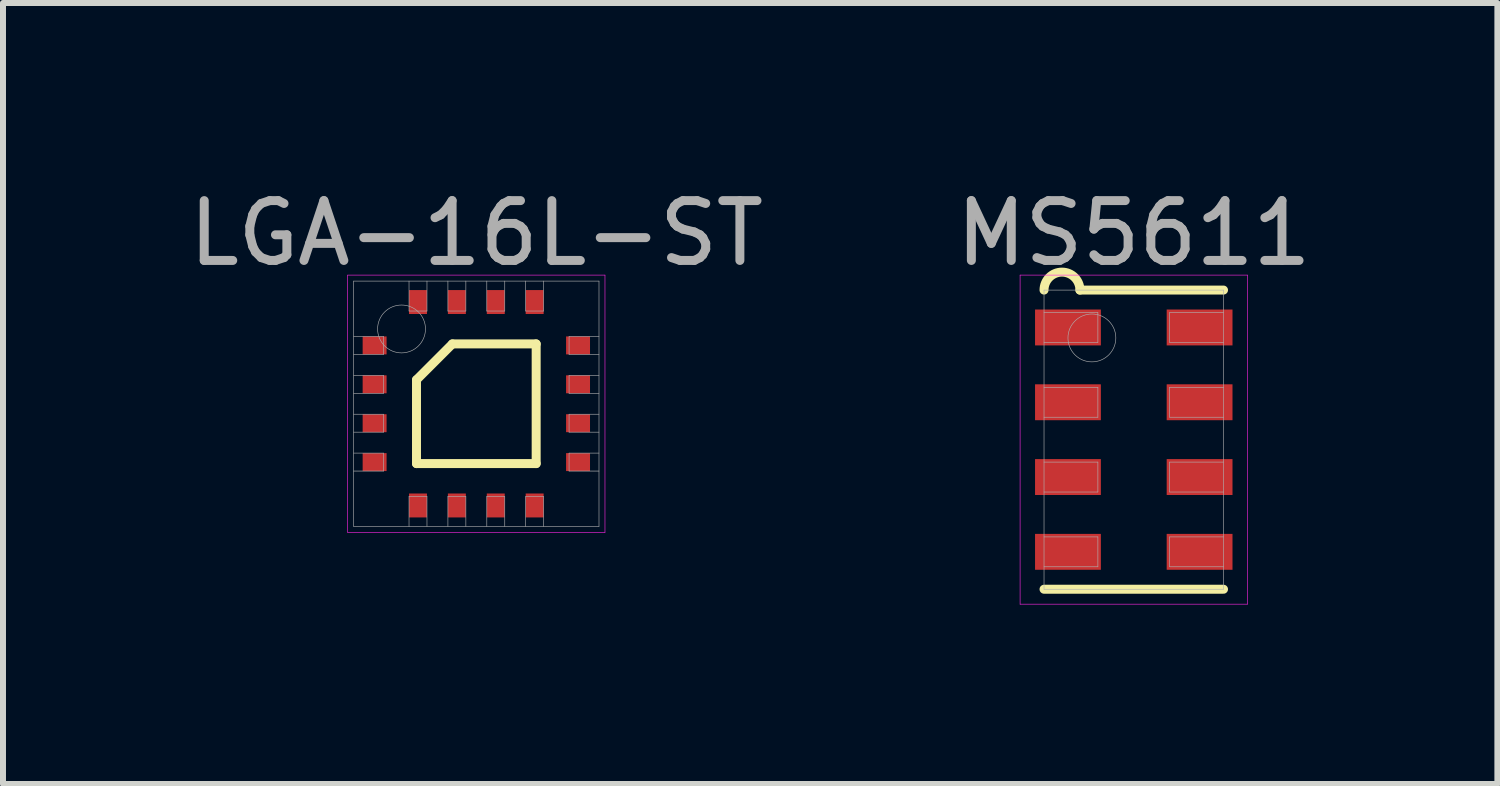
<source format=kicad_pcb>
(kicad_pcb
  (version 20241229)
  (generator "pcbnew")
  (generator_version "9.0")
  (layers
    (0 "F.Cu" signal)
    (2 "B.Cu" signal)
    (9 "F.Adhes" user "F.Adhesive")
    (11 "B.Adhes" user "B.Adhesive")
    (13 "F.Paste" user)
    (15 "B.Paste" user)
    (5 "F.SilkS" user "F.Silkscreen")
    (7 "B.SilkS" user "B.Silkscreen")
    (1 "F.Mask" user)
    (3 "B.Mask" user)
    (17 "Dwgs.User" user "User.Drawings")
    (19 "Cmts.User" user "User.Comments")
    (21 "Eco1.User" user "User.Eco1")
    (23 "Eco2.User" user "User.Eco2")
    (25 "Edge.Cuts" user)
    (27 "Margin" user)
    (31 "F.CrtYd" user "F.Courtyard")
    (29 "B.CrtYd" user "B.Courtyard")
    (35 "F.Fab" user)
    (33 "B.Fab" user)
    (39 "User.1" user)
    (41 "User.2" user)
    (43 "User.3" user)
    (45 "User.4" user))
  (footprint "MS5611"
    (layer "F.Cu")
    (at 15.899 4.298)
    (property "Reference" "MS5611" (at 0 -3.45 0) (layer "F.Fab") (effects (font (size 1 1) (thickness 0.15))))
    (attr through_hole)
    (fp_line (start -1.5 2.5) (end 1.5 2.5) (stroke (width 0.15) (type solid)) (layer "F.SilkS"))
    (fp_line (start -0.9 -2.5) (end 1.5 -2.5) (stroke (width 0.15) (type solid)) (layer "F.SilkS"))
    (fp_arc (start -1.5 -2.5) (mid -1.2 -2.8) (end -0.9 -2.5) (stroke (width 0.15) (type solid)) (layer "F.SilkS"))
    (fp_line (start -1.9 -2.75) (end 1.9 -2.75) (stroke (width 0.01) (type solid)) (layer "F.CrtYd"))
    (fp_line (start -1.9 2.75) (end -1.9 -2.75) (stroke (width 0.01) (type solid)) (layer "F.CrtYd"))
    (fp_line (start 1.9 -2.75) (end 1.9 2.75) (stroke (width 0.01) (type solid)) (layer "F.CrtYd"))
    (fp_line (start 1.9 2.75) (end -1.9 2.75) (stroke (width 0.01) (type solid)) (layer "F.CrtYd"))
    (fp_line (start -1.5 -2.5) (end 1.5 -2.5) (stroke (width 0.01) (type solid)) (layer "F.Fab"))
    (fp_line (start -1.5 -1.625) (end -0.6 -1.625) (stroke (width 0.01) (type solid)) (layer "F.Fab"))
    (fp_line (start -1.5 -0.375) (end -0.6 -0.375) (stroke (width 0.01) (type solid)) (layer "F.Fab"))
    (fp_line (start -1.5 0.875) (end -0.6 0.875) (stroke (width 0.01) (type solid)) (layer "F.Fab"))
    (fp_line (start -1.5 2.125) (end -0.6 2.125) (stroke (width 0.01) (type solid)) (layer "F.Fab"))
    (fp_line (start -1.5 2.5) (end -1.5 -2.5) (stroke (width 0.01) (type solid)) (layer "F.Fab"))
    (fp_line (start -0.6 -2.125) (end -1.5 -2.125) (stroke (width 0.01) (type solid)) (layer "F.Fab"))
    (fp_line (start -0.6 -1.625) (end -0.6 -2.125) (stroke (width 0.01) (type solid)) (layer "F.Fab"))
    (fp_line (start -0.6 -0.875) (end -1.5 -0.875) (stroke (width 0.01) (type solid)) (layer "F.Fab"))
    (fp_line (start -0.6 -0.375) (end -0.6 -0.875) (stroke (width 0.01) (type solid)) (layer "F.Fab"))
    (fp_line (start -0.6 0.375) (end -1.5 0.375) (stroke (width 0.01) (type solid)) (layer "F.Fab"))
    (fp_line (start -0.6 0.875) (end -0.6 0.375) (stroke (width 0.01) (type solid)) (layer "F.Fab"))
    (fp_line (start -0.6 1.625) (end -1.5 1.625) (stroke (width 0.01) (type solid)) (layer "F.Fab"))
    (fp_line (start -0.6 2.125) (end -0.6 1.625) (stroke (width 0.01) (type solid)) (layer "F.Fab"))
    (fp_line (start 0.6 -2.125) (end 0.6 -1.625) (stroke (width 0.01) (type solid)) (layer "F.Fab"))
    (fp_line (start 0.6 -1.625) (end 1.5 -1.625) (stroke (width 0.01) (type solid)) (layer "F.Fab"))
    (fp_line (start 0.6 -0.875) (end 0.6 -0.375) (stroke (width 0.01) (type solid)) (layer "F.Fab"))
    (fp_line (start 0.6 -0.375) (end 1.5 -0.375) (stroke (width 0.01) (type solid)) (layer "F.Fab"))
    (fp_line (start 0.6 0.375) (end 0.6 0.875) (stroke (width 0.01) (type solid)) (layer "F.Fab"))
    (fp_line (start 0.6 0.875) (end 1.5 0.875) (stroke (width 0.01) (type solid)) (layer "F.Fab"))
    (fp_line (start 0.6 1.625) (end 0.6 2.125) (stroke (width 0.01) (type solid)) (layer "F.Fab"))
    (fp_line (start 0.6 2.125) (end 1.5 2.125) (stroke (width 0.01) (type solid)) (layer "F.Fab"))
    (fp_line (start 1.5 -2.5) (end 1.5 2.5) (stroke (width 0.01) (type solid)) (layer "F.Fab"))
    (fp_line (start 1.5 -2.125) (end 0.6 -2.125) (stroke (width 0.01) (type solid)) (layer "F.Fab"))
    (fp_line (start 1.5 -0.875) (end 0.6 -0.875) (stroke (width 0.01) (type solid)) (layer "F.Fab"))
    (fp_line (start 1.5 0.375) (end 0.6 0.375) (stroke (width 0.01) (type solid)) (layer "F.Fab"))
    (fp_line (start 1.5 1.625) (end 0.6 1.625) (stroke (width 0.01) (type solid)) (layer "F.Fab"))
    (fp_line (start 1.5 2.5) (end -1.5 2.5) (stroke (width 0.01) (type solid)) (layer "F.Fab"))
    (fp_circle (center -0.7 -1.7) (end -0.7 -1.3) (stroke (width 0.01) (type solid)) (fill no) (layer "F.Fab"))
    (pad "1" smd rect (at -1.1 -1.875) (size 1.1 0.6) (layers "F.Cu" "F.Mask" "F.Paste"))
    (pad "2" smd rect (at -1.1 -0.625) (size 1.1 0.6) (layers "F.Cu" "F.Mask" "F.Paste"))
    (pad "3" smd rect (at -1.1 0.625) (size 1.1 0.6) (layers "F.Cu" "F.Mask" "F.Paste"))
    (pad "4" smd rect (at -1.1 1.875) (size 1.1 0.6) (layers "F.Cu" "F.Mask" "F.Paste"))
    (pad "5" smd rect (at 1.1 1.875) (size 1.1 0.6) (layers "F.Cu" "F.Mask" "F.Paste"))
    (pad "6" smd rect (at 1.1 0.625) (size 1.1 0.6) (layers "F.Cu" "F.Mask" "F.Paste"))
    (pad "7" smd rect (at 1.1 -0.625) (size 1.1 0.6) (layers "F.Cu" "F.Mask" "F.Paste"))
    (pad "8" smd rect (at 1.1 -1.875) (size 1.1 0.6) (layers "F.Cu" "F.Mask" "F.Paste")))
  (footprint "LGA-16L-ST"
    (layer "F.Cu")
    (at 4.911 3.698)
    (property "Reference" "LGA-16L-ST" (at 0 -2.85 0) (layer "F.Fab") (effects (font (size 1 1) (thickness 0.15))))
    (attr through_hole)
    (fp_line (start -1 -0.4) (end -0.4 -1) (stroke (width 0.15) (type solid)) (layer "F.SilkS"))
    (fp_line (start -1 1) (end -1 -0.4) (stroke (width 0.15) (type solid)) (layer "F.SilkS"))
    (fp_line (start -0.4 -1) (end 1 -1) (stroke (width 0.15) (type solid)) (layer "F.SilkS"))
    (fp_line (start 1 -1) (end 1 1) (stroke (width 0.15) (type solid)) (layer "F.SilkS"))
    (fp_line (start 1 1) (end -1 1) (stroke (width 0.15) (type solid)) (layer "F.SilkS"))
    (fp_line (start -2.15 -2.15) (end 2.15 -2.15) (stroke (width 0.01) (type solid)) (layer "F.CrtYd"))
    (fp_line (start -2.15 2.15) (end -2.15 -2.15) (stroke (width 0.01) (type solid)) (layer "F.CrtYd"))
    (fp_line (start 2.15 -2.15) (end 2.15 2.15) (stroke (width 0.01) (type solid)) (layer "F.CrtYd"))
    (fp_line (start 2.15 2.15) (end -2.15 2.15) (stroke (width 0.01) (type solid)) (layer "F.CrtYd"))
    (fp_line (start -2.05 -2.05) (end 2.05 -2.05) (stroke (width 0.01) (type solid)) (layer "F.Fab"))
    (fp_line (start -2.05 -0.825) (end -1.55 -0.825) (stroke (width 0.01) (type solid)) (layer "F.Fab"))
    (fp_line (start -2.05 -0.175) (end -1.55 -0.175) (stroke (width 0.01) (type solid)) (layer "F.Fab"))
    (fp_line (start -2.05 0.475) (end -1.55 0.475) (stroke (width 0.01) (type solid)) (layer "F.Fab"))
    (fp_line (start -2.05 1.125) (end -1.55 1.125) (stroke (width 0.01) (type solid)) (layer "F.Fab"))
    (fp_line (start -2.05 2.05) (end -2.05 -2.05) (stroke (width 0.01) (type solid)) (layer "F.Fab"))
    (fp_line (start -1.55 -1.125) (end -2.05 -1.125) (stroke (width 0.01) (type solid)) (layer "F.Fab"))
    (fp_line (start -1.55 -0.825) (end -1.55 -1.125) (stroke (width 0.01) (type solid)) (layer "F.Fab"))
    (fp_line (start -1.55 -0.475) (end -2.05 -0.475) (stroke (width 0.01) (type solid)) (layer "F.Fab"))
    (fp_line (start -1.55 -0.175) (end -1.55 -0.475) (stroke (width 0.01) (type solid)) (layer "F.Fab"))
    (fp_line (start -1.55 0.175) (end -2.05 0.175) (stroke (width 0.01) (type solid)) (layer "F.Fab"))
    (fp_line (start -1.55 0.475) (end -1.55 0.175) (stroke (width 0.01) (type solid)) (layer "F.Fab"))
    (fp_line (start -1.55 0.825) (end -2.05 0.825) (stroke (width 0.01) (type solid)) (layer "F.Fab"))
    (fp_line (start -1.55 1.125) (end -1.55 0.825) (stroke (width 0.01) (type solid)) (layer "F.Fab"))
    (fp_line (start -1.125 -2.05) (end -1.125 -1.55) (stroke (width 0.01) (type solid)) (layer "F.Fab"))
    (fp_line (start -1.125 -1.55) (end -0.825 -1.55) (stroke (width 0.01) (type solid)) (layer "F.Fab"))
    (fp_line (start -1.125 1.55) (end -1.125 2.05) (stroke (width 0.01) (type solid)) (layer "F.Fab"))
    (fp_line (start -0.825 -1.55) (end -0.825 -2.05) (stroke (width 0.01) (type solid)) (layer "F.Fab"))
    (fp_line (start -0.825 1.55) (end -1.125 1.55) (stroke (width 0.01) (type solid)) (layer "F.Fab"))
    (fp_line (start -0.825 2.05) (end -0.825 1.55) (stroke (width 0.01) (type solid)) (layer "F.Fab"))
    (fp_line (start -0.475 -2.05) (end -0.475 -1.55) (stroke (width 0.01) (type solid)) (layer "F.Fab"))
    (fp_line (start -0.475 -1.55) (end -0.175 -1.55) (stroke (width 0.01) (type solid)) (layer "F.Fab"))
    (fp_line (start -0.475 1.55) (end -0.475 2.05) (stroke (width 0.01) (type solid)) (layer "F.Fab"))
    (fp_line (start -0.175 -1.55) (end -0.175 -2.05) (stroke (width 0.01) (type solid)) (layer "F.Fab"))
    (fp_line (start -0.175 1.55) (end -0.475 1.55) (stroke (width 0.01) (type solid)) (layer "F.Fab"))
    (fp_line (start -0.175 2.05) (end -0.175 1.55) (stroke (width 0.01) (type solid)) (layer "F.Fab"))
    (fp_line (start 0.175 -2.05) (end 0.175 -1.55) (stroke (width 0.01) (type solid)) (layer "F.Fab"))
    (fp_line (start 0.175 -1.55) (end 0.475 -1.55) (stroke (width 0.01) (type solid)) (layer "F.Fab"))
    (fp_line (start 0.175 1.55) (end 0.175 2.05) (stroke (width 0.01) (type solid)) (layer "F.Fab"))
    (fp_line (start 0.475 -1.55) (end 0.475 -2.05) (stroke (width 0.01) (type solid)) (layer "F.Fab"))
    (fp_line (start 0.475 1.55) (end 0.175 1.55) (stroke (width 0.01) (type solid)) (layer "F.Fab"))
    (fp_line (start 0.475 2.05) (end 0.475 1.55) (stroke (width 0.01) (type solid)) (layer "F.Fab"))
    (fp_line (start 0.825 -2.05) (end 0.825 -1.55) (stroke (width 0.01) (type solid)) (layer "F.Fab"))
    (fp_line (start 0.825 -1.55) (end 1.125 -1.55) (stroke (width 0.01) (type solid)) (layer "F.Fab"))
    (fp_line (start 0.825 1.55) (end 0.825 2.05) (stroke (width 0.01) (type solid)) (layer "F.Fab"))
    (fp_line (start 1.125 -1.55) (end 1.125 -2.05) (stroke (width 0.01) (type solid)) (layer "F.Fab"))
    (fp_line (start 1.125 1.55) (end 0.825 1.55) (stroke (width 0.01) (type solid)) (layer "F.Fab"))
    (fp_line (start 1.125 2.05) (end 1.125 1.55) (stroke (width 0.01) (type solid)) (layer "F.Fab"))
    (fp_line (start 1.55 -1.125) (end 1.55 -0.825) (stroke (width 0.01) (type solid)) (layer "F.Fab"))
    (fp_line (start 1.55 -0.825) (end 2.05 -0.825) (stroke (width 0.01) (type solid)) (layer "F.Fab"))
    (fp_line (start 1.55 -0.475) (end 1.55 -0.175) (stroke (width 0.01) (type solid)) (layer "F.Fab"))
    (fp_line (start 1.55 -0.175) (end 2.05 -0.175) (stroke (width 0.01) (type solid)) (layer "F.Fab"))
    (fp_line (start 1.55 0.175) (end 1.55 0.475) (stroke (width 0.01) (type solid)) (layer "F.Fab"))
    (fp_line (start 1.55 0.475) (end 2.05 0.475) (stroke (width 0.01) (type solid)) (layer "F.Fab"))
    (fp_line (start 1.55 0.825) (end 1.55 1.125) (stroke (width 0.01) (type solid)) (layer "F.Fab"))
    (fp_line (start 1.55 1.125) (end 2.05 1.125) (stroke (width 0.01) (type solid)) (layer "F.Fab"))
    (fp_line (start 2.05 -2.05) (end 2.05 2.05) (stroke (width 0.01) (type solid)) (layer "F.Fab"))
    (fp_line (start 2.05 -1.125) (end 1.55 -1.125) (stroke (width 0.01) (type solid)) (layer "F.Fab"))
    (fp_line (start 2.05 -0.475) (end 1.55 -0.475) (stroke (width 0.01) (type solid)) (layer "F.Fab"))
    (fp_line (start 2.05 0.175) (end 1.55 0.175) (stroke (width 0.01) (type solid)) (layer "F.Fab"))
    (fp_line (start 2.05 0.825) (end 1.55 0.825) (stroke (width 0.01) (type solid)) (layer "F.Fab"))
    (fp_line (start 2.05 2.05) (end -2.05 2.05) (stroke (width 0.01) (type solid)) (layer "F.Fab"))
    (fp_circle (center -1.25 -1.25) (end -1.25 -0.85) (stroke (width 0.01) (type solid)) (fill no) (layer "F.Fab"))
    (pad "1" smd rect (at -1.7 -0.975) (size 0.4 0.3) (layers "F.Cu" "F.Mask" "F.Paste"))
    (pad "2" smd rect (at -1.7 -0.325) (size 0.4 0.3) (layers "F.Cu" "F.Mask" "F.Paste"))
    (pad "3" smd rect (at -1.7 0.325) (size 0.4 0.3) (layers "F.Cu" "F.Mask" "F.Paste"))
    (pad "4" smd rect (at -1.7 0.975) (size 0.4 0.3) (layers "F.Cu" "F.Mask" "F.Paste"))
    (pad "5" smd rect (at -0.975 1.7) (size 0.3 0.4) (layers "F.Cu" "F.Mask" "F.Paste"))
    (pad "6" smd rect (at -0.325 1.7) (size 0.3 0.4) (layers "F.Cu" "F.Mask" "F.Paste"))
    (pad "7" smd rect (at 0.325 1.7) (size 0.3 0.4) (layers "F.Cu" "F.Mask" "F.Paste"))
    (pad "8" smd rect (at 0.975 1.7) (size 0.3 0.4) (layers "F.Cu" "F.Mask" "F.Paste"))
    (pad "9" smd rect (at 1.7 0.975) (size 0.4 0.3) (layers "F.Cu" "F.Mask" "F.Paste"))
    (pad "10" smd rect (at 1.7 0.325) (size 0.4 0.3) (layers "F.Cu" "F.Mask" "F.Paste"))
    (pad "11" smd rect (at 1.7 -0.325) (size 0.4 0.3) (layers "F.Cu" "F.Mask" "F.Paste"))
    (pad "12" smd rect (at 1.7 -0.975) (size 0.4 0.3) (layers "F.Cu" "F.Mask" "F.Paste"))
    (pad "13" smd rect (at 0.975 -1.7) (size 0.3 0.4) (layers "F.Cu" "F.Mask" "F.Paste"))
    (pad "14" smd rect (at 0.325 -1.7) (size 0.3 0.4) (layers "F.Cu" "F.Mask" "F.Paste"))
    (pad "15" smd rect (at -0.325 -1.7) (size 0.3 0.4) (layers "F.Cu" "F.Mask" "F.Paste"))
    (pad "16" smd rect (at -0.975 -1.7) (size 0.3 0.4) (layers "F.Cu" "F.Mask" "F.Paste")))
  (gr_rect
    (start -3 -3)
    (end 21.976 10.053)
    (stroke (width 0.1) (type default))
    (fill no)
    (layer "Edge.Cuts")))
</source>
